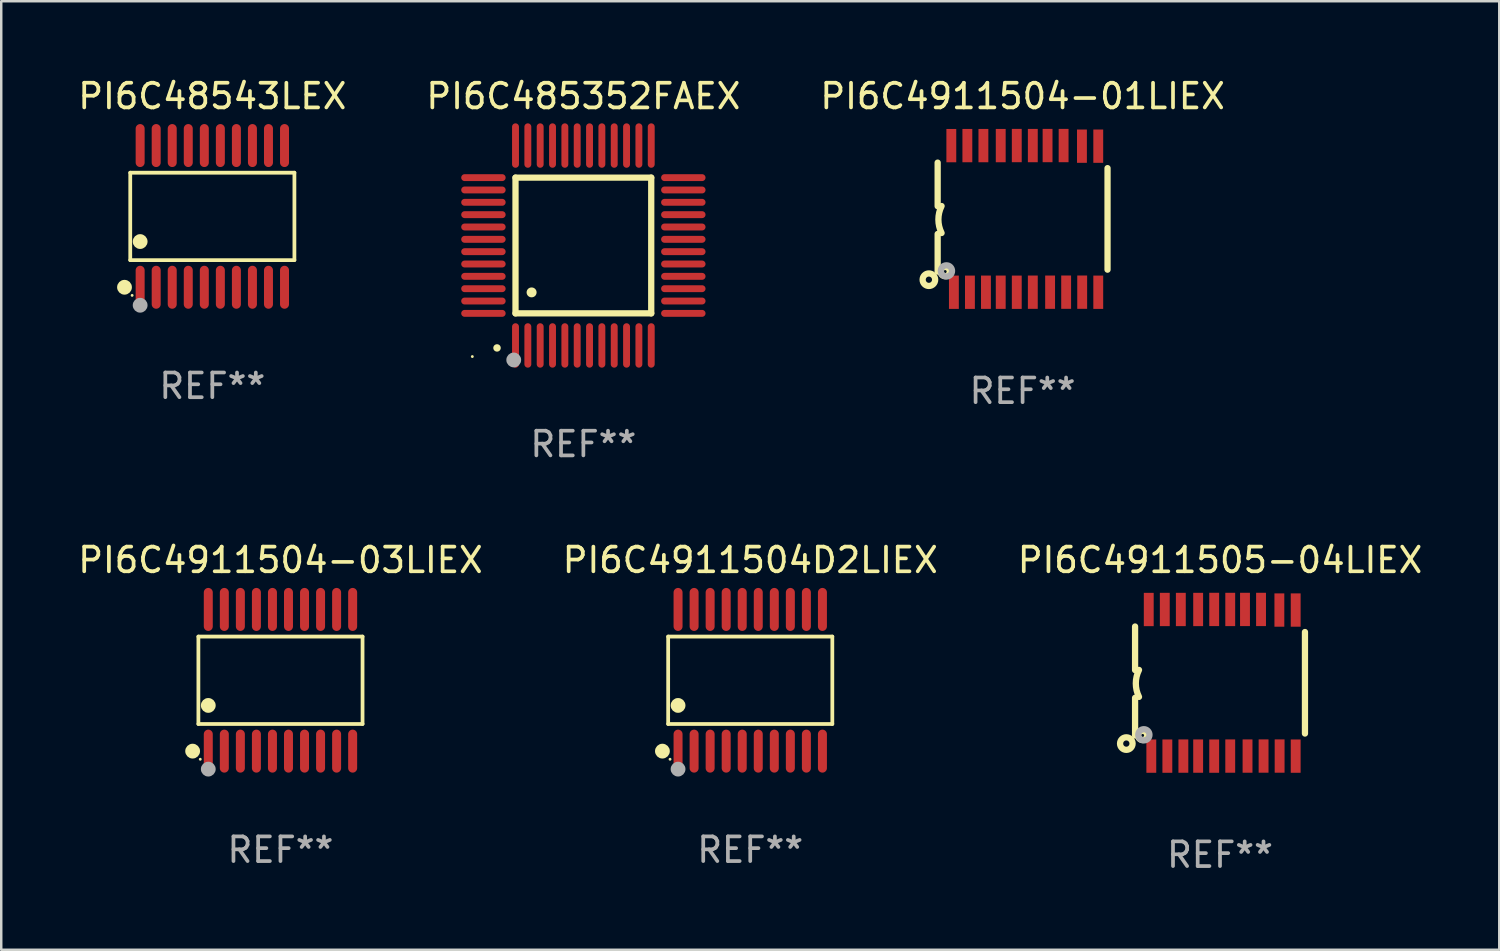
<source format=kicad_pcb>
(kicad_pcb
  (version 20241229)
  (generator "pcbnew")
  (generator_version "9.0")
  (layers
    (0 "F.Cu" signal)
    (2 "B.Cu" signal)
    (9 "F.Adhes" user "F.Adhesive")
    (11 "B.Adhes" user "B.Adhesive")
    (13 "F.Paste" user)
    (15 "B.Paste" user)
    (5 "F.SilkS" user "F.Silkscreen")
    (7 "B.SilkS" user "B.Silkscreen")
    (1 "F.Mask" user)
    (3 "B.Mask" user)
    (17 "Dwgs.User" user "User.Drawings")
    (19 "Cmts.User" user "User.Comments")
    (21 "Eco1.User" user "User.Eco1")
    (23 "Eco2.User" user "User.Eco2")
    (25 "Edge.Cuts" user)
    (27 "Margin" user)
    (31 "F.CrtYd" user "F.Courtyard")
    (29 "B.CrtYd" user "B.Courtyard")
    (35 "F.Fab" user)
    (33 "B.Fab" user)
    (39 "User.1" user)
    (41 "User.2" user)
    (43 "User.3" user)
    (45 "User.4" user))
  (footprint "PI6C4911504D2LIEX"
    (layer "F.Cu")
    (at 27.351 24.516)
    (property "Reference" "PI6C4911504D2LIEX" (at 0 -4.871 0) (layer "F.SilkS") (effects (font (size 1 1) (thickness 0.15))))
    (attr through_hole)
    (fp_line (start -3.326 -1.771) (end 3.326 -1.771) (stroke (width 0.152) (type solid)) (layer "F.SilkS"))
    (fp_line (start -3.326 1.771) (end -3.326 -1.771) (stroke (width 0.152) (type solid)) (layer "F.SilkS"))
    (fp_line (start 3.326 -1.771) (end 3.326 1.771) (stroke (width 0.152) (type solid)) (layer "F.SilkS"))
    (fp_line (start 3.326 1.771) (end -3.326 1.771) (stroke (width 0.152) (type solid)) (layer "F.SilkS"))
    (fp_circle (center -3.559 2.871) (end -3.409 2.871) (stroke (width 0.3) (type solid)) (fill no) (layer "F.SilkS"))
    (fp_circle (center -3.25 3.2) (end -3.22 3.2) (stroke (width 0.06) (type solid)) (fill no) (layer "F.SilkS"))
    (fp_circle (center -2.925 1.019) (end -2.775 1.019) (stroke (width 0.3) (type solid)) (fill no) (layer "F.SilkS"))
    (fp_circle (center -2.925 3.6) (end -2.775 3.6) (stroke (width 0.3) (type solid)) (fill no) (layer "F.Fab"))
    (fp_text user "REF**" (at 0 6.871 0) (layer "F.Fab") (effects (font (size 1 1) (thickness 0.15))))
    (pad "1" smd oval (at -2.925 2.871) (size 0.364 1.742) (layers "F.Cu" "F.Mask" "F.Paste"))
    (pad "2" smd oval (at -2.275 2.871) (size 0.364 1.742) (layers "F.Cu" "F.Mask" "F.Paste"))
    (pad "3" smd oval (at -1.625 2.871) (size 0.364 1.742) (layers "F.Cu" "F.Mask" "F.Paste"))
    (pad "4" smd oval (at -0.975 2.871) (size 0.364 1.742) (layers "F.Cu" "F.Mask" "F.Paste"))
    (pad "5" smd oval (at -0.325 2.871) (size 0.364 1.742) (layers "F.Cu" "F.Mask" "F.Paste"))
    (pad "6" smd oval (at 0.325 2.871) (size 0.364 1.742) (layers "F.Cu" "F.Mask" "F.Paste"))
    (pad "7" smd oval (at 0.975 2.871) (size 0.364 1.742) (layers "F.Cu" "F.Mask" "F.Paste"))
    (pad "8" smd oval (at 1.625 2.871) (size 0.364 1.742) (layers "F.Cu" "F.Mask" "F.Paste"))
    (pad "9" smd oval (at 2.275 2.871) (size 0.364 1.742) (layers "F.Cu" "F.Mask" "F.Paste"))
    (pad "10" smd oval (at 2.925 2.871) (size 0.364 1.742) (layers "F.Cu" "F.Mask" "F.Paste"))
    (pad "11" smd oval (at 2.925 -2.871) (size 0.364 1.742) (layers "F.Cu" "F.Mask" "F.Paste"))
    (pad "12" smd oval (at 2.275 -2.871) (size 0.364 1.742) (layers "F.Cu" "F.Mask" "F.Paste"))
    (pad "13" smd oval (at 1.625 -2.871) (size 0.364 1.742) (layers "F.Cu" "F.Mask" "F.Paste"))
    (pad "14" smd oval (at 0.975 -2.871) (size 0.364 1.742) (layers "F.Cu" "F.Mask" "F.Paste"))
    (pad "15" smd oval (at 0.325 -2.871) (size 0.364 1.742) (layers "F.Cu" "F.Mask" "F.Paste"))
    (pad "16" smd oval (at -0.325 -2.871) (size 0.364 1.742) (layers "F.Cu" "F.Mask" "F.Paste"))
    (pad "17" smd oval (at -0.975 -2.871) (size 0.364 1.742) (layers "F.Cu" "F.Mask" "F.Paste"))
    (pad "18" smd oval (at -1.625 -2.871) (size 0.364 1.742) (layers "F.Cu" "F.Mask" "F.Paste"))
    (pad "19" smd oval (at -2.275 -2.871) (size 0.364 1.742) (layers "F.Cu" "F.Mask" "F.Paste"))
    (pad "20" smd oval (at -2.925 -2.871) (size 0.364 1.742) (layers "F.Cu" "F.Mask" "F.Paste")))
  (footprint "PI6C4911505-04LIEX"
    (layer "F.Cu")
    (at 46.387 24.617)
    (property "Reference" "PI6C4911505-04LIEX" (at 0 -4.972 0) (layer "F.SilkS") (effects (font (size 1 1) (thickness 0.15))))
    (attr through_hole)
    (fp_line (start -3.442 -0.514) (end -3.442 -2.28) (stroke (width 0.254) (type solid)) (layer "F.SilkS"))
    (fp_line (start -3.442 0.61) (end -3.442 2.134) (stroke (width 0.254) (type solid)) (layer "F.SilkS"))
    (fp_line (start 3.442 -2.057) (end 3.442 2.057) (stroke (width 0.254) (type solid)) (layer "F.SilkS"))
    (fp_arc (start -3.282957 0.571502) (mid -3.411874 0.0254) (end -3.282957 -0.520701) (stroke (width 0.254001) (type solid)) (layer "F.SilkS"))
    (fp_circle (center -3.797 2.464) (end -3.543 2.464) (stroke (width 0.254) (type solid)) (fill no) (layer "F.SilkS"))
    (fp_circle (center -3.137 2.134) (end -3.077 2.134) (stroke (width 0.254) (type solid)) (fill no) (layer "F.SilkS"))
    (fp_circle (center -3.086 2.108) (end -2.986 2.108) (stroke (width 0.254) (type solid)) (fill no) (layer "F.Fab"))
    (fp_text user "REF**" (at 0 6.972 0) (layer "F.Fab") (effects (font (size 1 1) (thickness 0.15))))
    (pad "1" smd rect (at -2.784 2.972 90) (size 1.35 0.4) (layers "F.Cu" "F.Mask" "F.Paste"))
    (pad "2" smd rect (at -2.134 2.972 270) (size 1.35 0.4) (layers "F.Cu" "F.Mask" "F.Paste"))
    (pad "3" smd rect (at -1.485 2.971 270) (size 1.35 0.4) (layers "F.Cu" "F.Mask" "F.Paste"))
    (pad "4" smd rect (at -0.886 2.971 270) (size 1.35 0.4) (layers "F.Cu" "F.Mask" "F.Paste"))
    (pad "5" smd rect (at -0.236 2.972 270) (size 1.35 0.4) (layers "F.Cu" "F.Mask" "F.Paste"))
    (pad "6" smd rect (at 0.414 2.97 270) (size 1.35 0.4) (layers "F.Cu" "F.Mask" "F.Paste"))
    (pad "7" smd rect (at 1.115 2.97 270) (size 1.35 0.4) (layers "F.Cu" "F.Mask" "F.Paste"))
    (pad "8" smd rect (at 1.765 2.969 270) (size 1.35 0.4) (layers "F.Cu" "F.Mask" "F.Paste"))
    (pad "9" smd rect (at 2.415 2.969 270) (size 1.35 0.4) (layers "F.Cu" "F.Mask" "F.Paste"))
    (pad "10" smd rect (at 3.066 2.972 270) (size 1.35 0.4) (layers "F.Cu" "F.Mask" "F.Paste"))
    (pad "11" smd rect (at 3.066 -2.947 270) (size 1.35 0.4) (layers "F.Cu" "F.Mask" "F.Paste"))
    (pad "12" smd rect (at 2.405 -2.947 270) (size 1.35 0.4) (layers "F.Cu" "F.Mask" "F.Paste"))
    (pad "13" smd rect (at 1.662 -2.972 90) (size 1.35 0.4) (layers "F.Cu" "F.Mask" "F.Paste"))
    (pad "14" smd rect (at 1.012 -2.972 90) (size 1.35 0.4) (layers "F.Cu" "F.Mask" "F.Paste"))
    (pad "15" smd rect (at 0.414 -2.971 90) (size 1.35 0.4) (layers "F.Cu" "F.Mask" "F.Paste"))
    (pad "16" smd rect (at -0.236 -2.972 90) (size 1.35 0.4) (layers "F.Cu" "F.Mask" "F.Paste"))
    (pad "17" smd rect (at -0.886 -2.97 90) (size 1.35 0.4) (layers "F.Cu" "F.Mask" "F.Paste"))
    (pad "18" smd rect (at -1.588 -2.97 90) (size 1.35 0.4) (layers "F.Cu" "F.Mask" "F.Paste"))
    (pad "19" smd rect (at -2.238 -2.97 90) (size 1.35 0.4) (layers "F.Cu" "F.Mask" "F.Paste"))
    (pad "20" smd rect (at -2.888 -2.969 90) (size 1.35 0.4) (layers "F.Cu" "F.Mask" "F.Paste")))
  (footprint "PI6C4911504-01LIEX"
    (layer "F.Cu")
    (at 38.387 5.82)
    (property "Reference" "PI6C4911504-01LIEX" (at 0 -4.972 0) (layer "F.SilkS") (effects (font (size 1 1) (thickness 0.15))))
    (attr through_hole)
    (fp_line (start -3.442 -0.514) (end -3.442 -2.28) (stroke (width 0.254) (type solid)) (layer "F.SilkS"))
    (fp_line (start -3.442 0.61) (end -3.442 2.134) (stroke (width 0.254) (type solid)) (layer "F.SilkS"))
    (fp_line (start 3.442 -2.057) (end 3.442 2.057) (stroke (width 0.254) (type solid)) (layer "F.SilkS"))
    (fp_arc (start -3.282957 0.571502) (mid -3.411874 0.0254) (end -3.282957 -0.520701) (stroke (width 0.254001) (type solid)) (layer "F.SilkS"))
    (fp_circle (center -3.797 2.464) (end -3.543 2.464) (stroke (width 0.254) (type solid)) (fill no) (layer "F.SilkS"))
    (fp_circle (center -3.137 2.134) (end -3.077 2.134) (stroke (width 0.254) (type solid)) (fill no) (layer "F.SilkS"))
    (fp_circle (center -3.086 2.108) (end -2.986 2.108) (stroke (width 0.254) (type solid)) (fill no) (layer "F.Fab"))
    (fp_text user "REF**" (at 0 6.972 0) (layer "F.Fab") (effects (font (size 1 1) (thickness 0.15))))
    (pad "1" smd rect (at -2.784 2.972 90) (size 1.35 0.4) (layers "F.Cu" "F.Mask" "F.Paste"))
    (pad "2" smd rect (at -2.134 2.972 270) (size 1.35 0.4) (layers "F.Cu" "F.Mask" "F.Paste"))
    (pad "3" smd rect (at -1.485 2.971 270) (size 1.35 0.4) (layers "F.Cu" "F.Mask" "F.Paste"))
    (pad "4" smd rect (at -0.886 2.971 270) (size 1.35 0.4) (layers "F.Cu" "F.Mask" "F.Paste"))
    (pad "5" smd rect (at -0.236 2.972 270) (size 1.35 0.4) (layers "F.Cu" "F.Mask" "F.Paste"))
    (pad "6" smd rect (at 0.414 2.97 270) (size 1.35 0.4) (layers "F.Cu" "F.Mask" "F.Paste"))
    (pad "7" smd rect (at 1.115 2.97 270) (size 1.35 0.4) (layers "F.Cu" "F.Mask" "F.Paste"))
    (pad "8" smd rect (at 1.765 2.969 270) (size 1.35 0.4) (layers "F.Cu" "F.Mask" "F.Paste"))
    (pad "9" smd rect (at 2.415 2.969 270) (size 1.35 0.4) (layers "F.Cu" "F.Mask" "F.Paste"))
    (pad "10" smd rect (at 3.066 2.972 270) (size 1.35 0.4) (layers "F.Cu" "F.Mask" "F.Paste"))
    (pad "11" smd rect (at 3.066 -2.947 270) (size 1.35 0.4) (layers "F.Cu" "F.Mask" "F.Paste"))
    (pad "12" smd rect (at 2.405 -2.947 270) (size 1.35 0.4) (layers "F.Cu" "F.Mask" "F.Paste"))
    (pad "13" smd rect (at 1.662 -2.972 90) (size 1.35 0.4) (layers "F.Cu" "F.Mask" "F.Paste"))
    (pad "14" smd rect (at 1.012 -2.972 90) (size 1.35 0.4) (layers "F.Cu" "F.Mask" "F.Paste"))
    (pad "15" smd rect (at 0.414 -2.971 90) (size 1.35 0.4) (layers "F.Cu" "F.Mask" "F.Paste"))
    (pad "16" smd rect (at -0.236 -2.972 90) (size 1.35 0.4) (layers "F.Cu" "F.Mask" "F.Paste"))
    (pad "17" smd rect (at -0.886 -2.97 90) (size 1.35 0.4) (layers "F.Cu" "F.Mask" "F.Paste"))
    (pad "18" smd rect (at -1.588 -2.97 90) (size 1.35 0.4) (layers "F.Cu" "F.Mask" "F.Paste"))
    (pad "19" smd rect (at -2.238 -2.97 90) (size 1.35 0.4) (layers "F.Cu" "F.Mask" "F.Paste"))
    (pad "20" smd rect (at -2.888 -2.969 90) (size 1.35 0.4) (layers "F.Cu" "F.Mask" "F.Paste")))
  (footprint "PI6C4911504-03LIEX"
    (layer "F.Cu")
    (at 8.315 24.516)
    (property "Reference" "PI6C4911504-03LIEX" (at 0 -4.871 0) (layer "F.SilkS") (effects (font (size 1 1) (thickness 0.15))))
    (attr through_hole)
    (fp_line (start -3.326 -1.771) (end 3.326 -1.771) (stroke (width 0.152) (type solid)) (layer "F.SilkS"))
    (fp_line (start -3.326 1.771) (end -3.326 -1.771) (stroke (width 0.152) (type solid)) (layer "F.SilkS"))
    (fp_line (start 3.326 -1.771) (end 3.326 1.771) (stroke (width 0.152) (type solid)) (layer "F.SilkS"))
    (fp_line (start 3.326 1.771) (end -3.326 1.771) (stroke (width 0.152) (type solid)) (layer "F.SilkS"))
    (fp_circle (center -3.559 2.871) (end -3.409 2.871) (stroke (width 0.3) (type solid)) (fill no) (layer "F.SilkS"))
    (fp_circle (center -3.25 3.2) (end -3.22 3.2) (stroke (width 0.06) (type solid)) (fill no) (layer "F.SilkS"))
    (fp_circle (center -2.925 1.019) (end -2.775 1.019) (stroke (width 0.3) (type solid)) (fill no) (layer "F.SilkS"))
    (fp_circle (center -2.925 3.6) (end -2.775 3.6) (stroke (width 0.3) (type solid)) (fill no) (layer "F.Fab"))
    (fp_text user "REF**" (at 0 6.871 0) (layer "F.Fab") (effects (font (size 1 1) (thickness 0.15))))
    (pad "1" smd oval (at -2.925 2.871) (size 0.364 1.742) (layers "F.Cu" "F.Mask" "F.Paste"))
    (pad "2" smd oval (at -2.275 2.871) (size 0.364 1.742) (layers "F.Cu" "F.Mask" "F.Paste"))
    (pad "3" smd oval (at -1.625 2.871) (size 0.364 1.742) (layers "F.Cu" "F.Mask" "F.Paste"))
    (pad "4" smd oval (at -0.975 2.871) (size 0.364 1.742) (layers "F.Cu" "F.Mask" "F.Paste"))
    (pad "5" smd oval (at -0.325 2.871) (size 0.364 1.742) (layers "F.Cu" "F.Mask" "F.Paste"))
    (pad "6" smd oval (at 0.325 2.871) (size 0.364 1.742) (layers "F.Cu" "F.Mask" "F.Paste"))
    (pad "7" smd oval (at 0.975 2.871) (size 0.364 1.742) (layers "F.Cu" "F.Mask" "F.Paste"))
    (pad "8" smd oval (at 1.625 2.871) (size 0.364 1.742) (layers "F.Cu" "F.Mask" "F.Paste"))
    (pad "9" smd oval (at 2.275 2.871) (size 0.364 1.742) (layers "F.Cu" "F.Mask" "F.Paste"))
    (pad "10" smd oval (at 2.925 2.871) (size 0.364 1.742) (layers "F.Cu" "F.Mask" "F.Paste"))
    (pad "11" smd oval (at 2.925 -2.871) (size 0.364 1.742) (layers "F.Cu" "F.Mask" "F.Paste"))
    (pad "12" smd oval (at 2.275 -2.871) (size 0.364 1.742) (layers "F.Cu" "F.Mask" "F.Paste"))
    (pad "13" smd oval (at 1.625 -2.871) (size 0.364 1.742) (layers "F.Cu" "F.Mask" "F.Paste"))
    (pad "14" smd oval (at 0.975 -2.871) (size 0.364 1.742) (layers "F.Cu" "F.Mask" "F.Paste"))
    (pad "15" smd oval (at 0.325 -2.871) (size 0.364 1.742) (layers "F.Cu" "F.Mask" "F.Paste"))
    (pad "16" smd oval (at -0.325 -2.871) (size 0.364 1.742) (layers "F.Cu" "F.Mask" "F.Paste"))
    (pad "17" smd oval (at -0.975 -2.871) (size 0.364 1.742) (layers "F.Cu" "F.Mask" "F.Paste"))
    (pad "18" smd oval (at -1.625 -2.871) (size 0.364 1.742) (layers "F.Cu" "F.Mask" "F.Paste"))
    (pad "19" smd oval (at -2.275 -2.871) (size 0.364 1.742) (layers "F.Cu" "F.Mask" "F.Paste"))
    (pad "20" smd oval (at -2.925 -2.871) (size 0.364 1.742) (layers "F.Cu" "F.Mask" "F.Paste")))
  (footprint "PI6C485352FAEX"
    (layer "F.Cu")
    (at 20.589 6.898)
    (property "Reference" "PI6C485352FAEX" (at 0 -6.05 0) (layer "F.SilkS") (effects (font (size 1 1) (thickness 0.15))))
    (attr through_hole)
    (fp_line (start -2.75 -2.75) (end 2.75 -2.75) (stroke (width 0.254) (type solid)) (layer "F.SilkS"))
    (fp_line (start -2.75 2.75) (end -2.75 -2.75) (stroke (width 0.254) (type solid)) (layer "F.SilkS"))
    (fp_line (start 2.75 -2.75) (end 2.75 2.75) (stroke (width 0.254) (type solid)) (layer "F.SilkS"))
    (fp_line (start 2.75 2.75) (end -2.75 2.75) (stroke (width 0.254) (type solid)) (layer "F.SilkS"))
    (fp_arc (start -3.500127 4.150368) (mid -3.498857 4.150363) (end -3.497587 4.150368) (stroke (width 0.3) (type solid)) (layer "F.SilkS"))
    (fp_arc (start -2.100584 1.899924) (mid -2.098044 1.899908) (end -2.095504 1.899924) (stroke (width 0.4) (type solid)) (layer "F.SilkS"))
    (fp_circle (center -4.5 4.5) (end -4.47 4.5) (stroke (width 0.06) (type solid)) (fill no) (layer "F.SilkS"))
    (fp_circle (center -2.822 4.638) (end -2.672 4.638) (stroke (width 0.3) (type solid)) (fill no) (layer "F.Fab"))
    (fp_text user "REF**" (at 0 8.05 0) (layer "F.Fab") (effects (font (size 1 1) (thickness 0.15))))
    (pad "1" smd oval (at -2.75 4.05) (size 0.28 1.8) (layers "F.Cu" "F.Mask" "F.Paste"))
    (pad "2" smd oval (at -2.25 4.05) (size 0.28 1.8) (layers "F.Cu" "F.Mask" "F.Paste"))
    (pad "3" smd oval (at -1.75 4.05) (size 0.28 1.8) (layers "F.Cu" "F.Mask" "F.Paste"))
    (pad "4" smd oval (at -1.25 4.05) (size 0.28 1.8) (layers "F.Cu" "F.Mask" "F.Paste"))
    (pad "5" smd oval (at -0.75 4.05) (size 0.28 1.8) (layers "F.Cu" "F.Mask" "F.Paste"))
    (pad "6" smd oval (at -0.25 4.05) (size 0.28 1.8) (layers "F.Cu" "F.Mask" "F.Paste"))
    (pad "7" smd oval (at 0.25 4.05) (size 0.28 1.8) (layers "F.Cu" "F.Mask" "F.Paste"))
    (pad "8" smd oval (at 0.75 4.05) (size 0.28 1.8) (layers "F.Cu" "F.Mask" "F.Paste"))
    (pad "9" smd oval (at 1.25 4.05) (size 0.28 1.8) (layers "F.Cu" "F.Mask" "F.Paste"))
    (pad "10" smd oval (at 1.75 4.05) (size 0.28 1.8) (layers "F.Cu" "F.Mask" "F.Paste"))
    (pad "11" smd oval (at 2.25 4.05) (size 0.28 1.8) (layers "F.Cu" "F.Mask" "F.Paste"))
    (pad "12" smd oval (at 2.75 4.05) (size 0.28 1.8) (layers "F.Cu" "F.Mask" "F.Paste"))
    (pad "13" smd oval (at 4.05 2.75) (size 1.8 0.28) (layers "F.Cu" "F.Mask" "F.Paste"))
    (pad "14" smd oval (at 4.05 2.25) (size 1.8 0.28) (layers "F.Cu" "F.Mask" "F.Paste"))
    (pad "15" smd oval (at 4.05 1.75) (size 1.8 0.28) (layers "F.Cu" "F.Mask" "F.Paste"))
    (pad "16" smd oval (at 4.05 1.25) (size 1.8 0.28) (layers "F.Cu" "F.Mask" "F.Paste"))
    (pad "17" smd oval (at 4.05 0.75) (size 1.8 0.28) (layers "F.Cu" "F.Mask" "F.Paste"))
    (pad "18" smd oval (at 4.05 0.25) (size 1.8 0.28) (layers "F.Cu" "F.Mask" "F.Paste"))
    (pad "19" smd oval (at 4.05 -0.25) (size 1.8 0.28) (layers "F.Cu" "F.Mask" "F.Paste"))
    (pad "20" smd oval (at 4.05 -0.75) (size 1.8 0.28) (layers "F.Cu" "F.Mask" "F.Paste"))
    (pad "21" smd oval (at 4.05 -1.25) (size 1.8 0.28) (layers "F.Cu" "F.Mask" "F.Paste"))
    (pad "22" smd oval (at 4.05 -1.75) (size 1.8 0.28) (layers "F.Cu" "F.Mask" "F.Paste"))
    (pad "23" smd oval (at 4.05 -2.25) (size 1.8 0.28) (layers "F.Cu" "F.Mask" "F.Paste"))
    (pad "24" smd oval (at 4.05 -2.75) (size 1.8 0.28) (layers "F.Cu" "F.Mask" "F.Paste"))
    (pad "25" smd oval (at 2.75 -4.05) (size 0.28 1.8) (layers "F.Cu" "F.Mask" "F.Paste"))
    (pad "26" smd oval (at 2.25 -4.05) (size 0.28 1.8) (layers "F.Cu" "F.Mask" "F.Paste"))
    (pad "27" smd oval (at 1.75 -4.05) (size 0.28 1.8) (layers "F.Cu" "F.Mask" "F.Paste"))
    (pad "28" smd oval (at 1.25 -4.05) (size 0.28 1.8) (layers "F.Cu" "F.Mask" "F.Paste"))
    (pad "29" smd oval (at 0.75 -4.05) (size 0.28 1.8) (layers "F.Cu" "F.Mask" "F.Paste"))
    (pad "30" smd oval (at 0.25 -4.05) (size 0.28 1.8) (layers "F.Cu" "F.Mask" "F.Paste"))
    (pad "31" smd oval (at -0.25 -4.05) (size 0.28 1.8) (layers "F.Cu" "F.Mask" "F.Paste"))
    (pad "32" smd oval (at -0.75 -4.05) (size 0.28 1.8) (layers "F.Cu" "F.Mask" "F.Paste"))
    (pad "33" smd oval (at -1.25 -4.05) (size 0.28 1.8) (layers "F.Cu" "F.Mask" "F.Paste"))
    (pad "34" smd oval (at -1.75 -4.05) (size 0.28 1.8) (layers "F.Cu" "F.Mask" "F.Paste"))
    (pad "35" smd oval (at -2.25 -4.05) (size 0.28 1.8) (layers "F.Cu" "F.Mask" "F.Paste"))
    (pad "36" smd oval (at -2.75 -4.05) (size 0.28 1.8) (layers "F.Cu" "F.Mask" "F.Paste"))
    (pad "37" smd oval (at -4.05 -2.75) (size 1.8 0.28) (layers "F.Cu" "F.Mask" "F.Paste"))
    (pad "38" smd oval (at -4.05 -2.25) (size 1.8 0.28) (layers "F.Cu" "F.Mask" "F.Paste"))
    (pad "39" smd oval (at -4.05 -1.75) (size 1.8 0.28) (layers "F.Cu" "F.Mask" "F.Paste"))
    (pad "40" smd oval (at -4.05 -1.25) (size 1.8 0.28) (layers "F.Cu" "F.Mask" "F.Paste"))
    (pad "41" smd oval (at -4.05 -0.75) (size 1.8 0.28) (layers "F.Cu" "F.Mask" "F.Paste"))
    (pad "42" smd oval (at -4.05 -0.25) (size 1.8 0.28) (layers "F.Cu" "F.Mask" "F.Paste"))
    (pad "43" smd oval (at -4.05 0.25) (size 1.8 0.28) (layers "F.Cu" "F.Mask" "F.Paste"))
    (pad "44" smd oval (at -4.05 0.75) (size 1.8 0.28) (layers "F.Cu" "F.Mask" "F.Paste"))
    (pad "45" smd oval (at -4.05 1.25) (size 1.8 0.28) (layers "F.Cu" "F.Mask" "F.Paste"))
    (pad "46" smd oval (at -4.05 1.75) (size 1.8 0.28) (layers "F.Cu" "F.Mask" "F.Paste"))
    (pad "47" smd oval (at -4.05 2.25) (size 1.8 0.28) (layers "F.Cu" "F.Mask" "F.Paste"))
    (pad "48" smd oval (at -4.05 2.75) (size 1.8 0.28) (layers "F.Cu" "F.Mask" "F.Paste")))
  (footprint "PI6C48543LEX"
    (layer "F.Cu")
    (at 5.554 5.719)
    (property "Reference" "PI6C48543LEX" (at 0 -4.871 0) (layer "F.SilkS") (effects (font (size 1 1) (thickness 0.15))))
    (attr through_hole)
    (fp_line (start -3.326 -1.771) (end 3.326 -1.771) (stroke (width 0.152) (type solid)) (layer "F.SilkS"))
    (fp_line (start -3.326 1.771) (end -3.326 -1.771) (stroke (width 0.152) (type solid)) (layer "F.SilkS"))
    (fp_line (start 3.326 -1.771) (end 3.326 1.771) (stroke (width 0.152) (type solid)) (layer "F.SilkS"))
    (fp_line (start 3.326 1.771) (end -3.326 1.771) (stroke (width 0.152) (type solid)) (layer "F.SilkS"))
    (fp_circle (center -3.559 2.871) (end -3.409 2.871) (stroke (width 0.3) (type solid)) (fill no) (layer "F.SilkS"))
    (fp_circle (center -3.25 3.2) (end -3.22 3.2) (stroke (width 0.06) (type solid)) (fill no) (layer "F.SilkS"))
    (fp_circle (center -2.925 1.019) (end -2.775 1.019) (stroke (width 0.3) (type solid)) (fill no) (layer "F.SilkS"))
    (fp_circle (center -2.925 3.6) (end -2.775 3.6) (stroke (width 0.3) (type solid)) (fill no) (layer "F.Fab"))
    (fp_text user "REF**" (at 0 6.871 0) (layer "F.Fab") (effects (font (size 1 1) (thickness 0.15))))
    (pad "1" smd oval (at -2.925 2.871) (size 0.364 1.742) (layers "F.Cu" "F.Mask" "F.Paste"))
    (pad "2" smd oval (at -2.275 2.871) (size 0.364 1.742) (layers "F.Cu" "F.Mask" "F.Paste"))
    (pad "3" smd oval (at -1.625 2.871) (size 0.364 1.742) (layers "F.Cu" "F.Mask" "F.Paste"))
    (pad "4" smd oval (at -0.975 2.871) (size 0.364 1.742) (layers "F.Cu" "F.Mask" "F.Paste"))
    (pad "5" smd oval (at -0.325 2.871) (size 0.364 1.742) (layers "F.Cu" "F.Mask" "F.Paste"))
    (pad "6" smd oval (at 0.325 2.871) (size 0.364 1.742) (layers "F.Cu" "F.Mask" "F.Paste"))
    (pad "7" smd oval (at 0.975 2.871) (size 0.364 1.742) (layers "F.Cu" "F.Mask" "F.Paste"))
    (pad "8" smd oval (at 1.625 2.871) (size 0.364 1.742) (layers "F.Cu" "F.Mask" "F.Paste"))
    (pad "9" smd oval (at 2.275 2.871) (size 0.364 1.742) (layers "F.Cu" "F.Mask" "F.Paste"))
    (pad "10" smd oval (at 2.925 2.871) (size 0.364 1.742) (layers "F.Cu" "F.Mask" "F.Paste"))
    (pad "11" smd oval (at 2.925 -2.871) (size 0.364 1.742) (layers "F.Cu" "F.Mask" "F.Paste"))
    (pad "12" smd oval (at 2.275 -2.871) (size 0.364 1.742) (layers "F.Cu" "F.Mask" "F.Paste"))
    (pad "13" smd oval (at 1.625 -2.871) (size 0.364 1.742) (layers "F.Cu" "F.Mask" "F.Paste"))
    (pad "14" smd oval (at 0.975 -2.871) (size 0.364 1.742) (layers "F.Cu" "F.Mask" "F.Paste"))
    (pad "15" smd oval (at 0.325 -2.871) (size 0.364 1.742) (layers "F.Cu" "F.Mask" "F.Paste"))
    (pad "16" smd oval (at -0.325 -2.871) (size 0.364 1.742) (layers "F.Cu" "F.Mask" "F.Paste"))
    (pad "17" smd oval (at -0.975 -2.871) (size 0.364 1.742) (layers "F.Cu" "F.Mask" "F.Paste"))
    (pad "18" smd oval (at -1.625 -2.871) (size 0.364 1.742) (layers "F.Cu" "F.Mask" "F.Paste"))
    (pad "19" smd oval (at -2.275 -2.871) (size 0.364 1.742) (layers "F.Cu" "F.Mask" "F.Paste"))
    (pad "20" smd oval (at -2.925 -2.871) (size 0.364 1.742) (layers "F.Cu" "F.Mask" "F.Paste")))
  (gr_rect
    (start -3 -3)
    (end 57.702 35.437)
    (stroke (width 0.1) (type default))
    (fill no)
    (layer "Edge.Cuts")))
</source>
